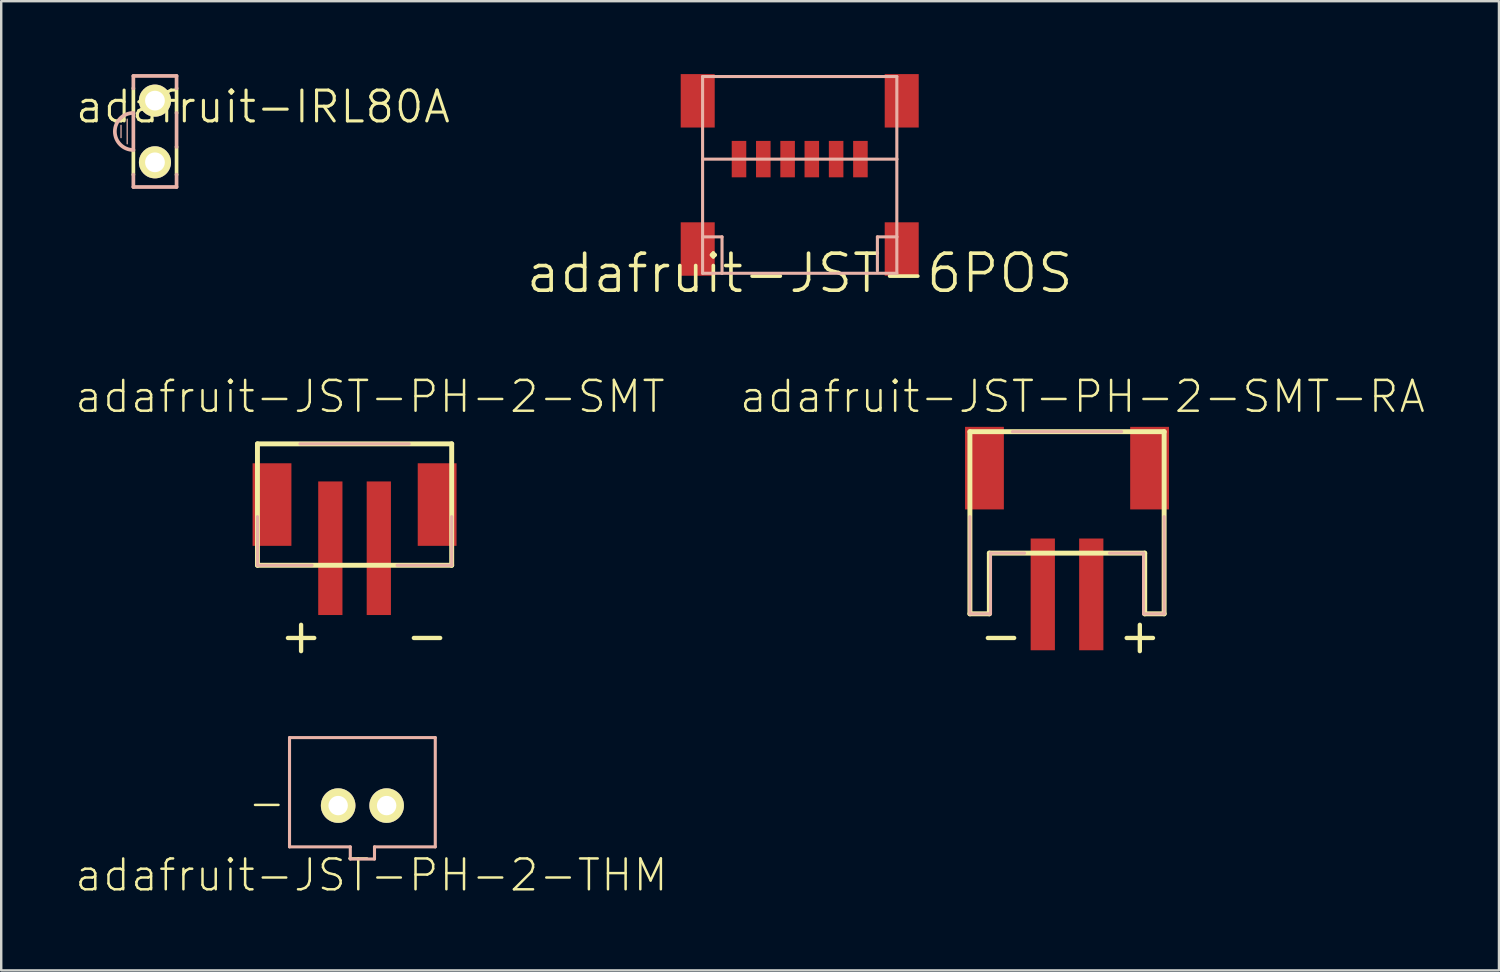
<source format=kicad_pcb>
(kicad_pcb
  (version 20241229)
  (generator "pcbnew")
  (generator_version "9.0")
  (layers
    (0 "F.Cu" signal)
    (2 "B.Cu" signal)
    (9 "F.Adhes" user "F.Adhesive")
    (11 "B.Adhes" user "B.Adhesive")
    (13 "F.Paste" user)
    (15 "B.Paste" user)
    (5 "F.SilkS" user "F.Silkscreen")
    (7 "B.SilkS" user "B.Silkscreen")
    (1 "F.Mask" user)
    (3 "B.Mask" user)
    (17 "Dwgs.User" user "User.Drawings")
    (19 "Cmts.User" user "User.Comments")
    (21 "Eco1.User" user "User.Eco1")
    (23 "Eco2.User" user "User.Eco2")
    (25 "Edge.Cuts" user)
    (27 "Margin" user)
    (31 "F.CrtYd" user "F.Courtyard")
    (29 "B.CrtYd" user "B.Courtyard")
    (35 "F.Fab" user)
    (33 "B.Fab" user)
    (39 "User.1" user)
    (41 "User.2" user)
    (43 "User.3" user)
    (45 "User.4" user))
  (footprint "adafruit-JST-PH-2-THM"
    (layer "F.Cu")
    (at 11.868 30.112)
    (property "Reference" "adafruit-JST-PH-2-THM" (at 0.373 2.863 0) (layer "F.SilkS") (effects (font (size 1.27 1.27) (thickness 0.102))))
    (attr exclude_from_pos_files exclude_from_bom)
    (fp_line (start -3 -2.799) (end 3 -2.799) (stroke (width 0.127) (type solid)) (layer "B.SilkS"))
    (fp_line (start -3 1.699) (end -3 -2.799) (stroke (width 0.127) (type solid)) (layer "B.SilkS"))
    (fp_line (start -0.498 1.699) (end -3 1.699) (stroke (width 0.127) (type solid)) (layer "B.SilkS"))
    (fp_line (start -0.498 2.2) (end -0.498 1.699) (stroke (width 0.127) (type solid)) (layer "B.SilkS"))
    (fp_line (start 0.498 1.699) (end 0.498 2.2) (stroke (width 0.127) (type solid)) (layer "B.SilkS"))
    (fp_line (start 0.498 2.2) (end -0.498 2.2) (stroke (width 0.127) (type solid)) (layer "B.SilkS"))
    (fp_line (start 3 -2.799) (end 3 1.699) (stroke (width 0.127) (type solid)) (layer "B.SilkS"))
    (fp_line (start 3 1.699) (end 0.498 1.699) (stroke (width 0.127) (type solid)) (layer "B.SilkS"))
    (fp_text user "-" (at -3.937 -0.127 180) (layer "F.SilkS") (effects (font (size 1.27 1.27) (thickness 0.102))))
    (pad "1" thru_hole circle (at 0.998 0) (size 1.422 1.422) (drill 0.798) (layers "*.Cu" "F.Mask" "F.SilkS" "F.Paste"))
    (pad "2" thru_hole circle (at -0.998 0) (size 1.422 1.422) (drill 0.798) (layers "*.Cu" "F.Mask" "F.SilkS" "F.Paste")))
  (footprint "adafruit-JST-PH-2-SMT-RA"
    (layer "F.Cu")
    (at 40.874 17.72)
    (property "Reference" "adafruit-JST-PH-2-SMT-RA" (at 0.635 -4.445 0) (layer "F.SilkS") (effects (font (size 1.27 1.27) (thickness 0.102))))
    (attr smd)
    (fp_line (start -3.998 -3) (end 3.998 -3) (stroke (width 0.203) (type solid)) (layer "F.SilkS"))
    (fp_line (start -3.998 4.498) (end -3.998 -3) (stroke (width 0.203) (type solid)) (layer "F.SilkS"))
    (fp_line (start -3.198 1.999) (end -3.198 4.498) (stroke (width 0.203) (type solid)) (layer "F.SilkS"))
    (fp_line (start -3.198 4.498) (end -3.998 4.498) (stroke (width 0.203) (type solid)) (layer "F.SilkS"))
    (fp_line (start 3.198 1.999) (end -3.198 1.999) (stroke (width 0.203) (type solid)) (layer "F.SilkS"))
    (fp_line (start 3.198 4.498) (end 3.198 1.999) (stroke (width 0.203) (type solid)) (layer "F.SilkS"))
    (fp_line (start 3.998 -3) (end 3.998 4.498) (stroke (width 0.203) (type solid)) (layer "F.SilkS"))
    (fp_line (start 3.998 4.498) (end 3.198 4.498) (stroke (width 0.203) (type solid)) (layer "F.SilkS"))
    (fp_line (start -3.998 4.498) (end -3.998 0.498) (stroke (width 0.127) (type solid)) (layer "B.SilkS"))
    (fp_line (start -3.15 1.999) (end -3.15 4.498) (stroke (width 0.127) (type solid)) (layer "B.SilkS"))
    (fp_line (start -3.15 4.498) (end -3.998 4.498) (stroke (width 0.127) (type solid)) (layer "B.SilkS"))
    (fp_line (start -2.248 -3) (end 2.248 -3) (stroke (width 0.127) (type solid)) (layer "B.SilkS"))
    (fp_line (start -1.748 1.999) (end -3.15 1.999) (stroke (width 0.127) (type solid)) (layer "B.SilkS"))
    (fp_line (start 3.15 1.999) (end 1.748 1.999) (stroke (width 0.127) (type solid)) (layer "B.SilkS"))
    (fp_line (start 3.15 4.498) (end 3.15 1.999) (stroke (width 0.127) (type solid)) (layer "B.SilkS"))
    (fp_line (start 3.998 0.498) (end 3.998 4.498) (stroke (width 0.127) (type solid)) (layer "B.SilkS"))
    (fp_line (start 3.998 4.498) (end 3.15 4.498) (stroke (width 0.127) (type solid)) (layer "B.SilkS"))
    (fp_text user "-" (at -2.718 5.385 0) (layer "F.SilkS") (effects (font (size 1.422 1.422) (thickness 0.178))))
    (fp_text user "+" (at 2.997 5.385 0) (layer "F.SilkS") (effects (font (size 1.422 1.422) (thickness 0.178))))
    (pad "1" smd rect (at 0.998 3.698) (size 0.998 4.6) (layers "F.Cu" "F.Mask" "F.Paste"))
    (pad "2" smd rect (at -0.998 3.698) (size 0.998 4.6) (layers "F.Cu" "F.Mask" "F.Paste"))
    (pad "NC1" smd rect (at -3.399 -1.499 90) (size 3.399 1.598) (layers "F.Cu" "F.Mask" "F.Paste"))
    (pad "NC2" smd rect (at 3.399 -1.499 90) (size 3.399 1.598) (layers "F.Cu" "F.Mask" "F.Paste")))
  (footprint "adafruit-JST-PH-2-SMT"
    (layer "F.Cu")
    (at 11.546 17.72)
    (property "Reference" "adafruit-JST-PH-2-SMT" (at 0.635 -4.445 0) (layer "F.SilkS") (effects (font (size 1.27 1.27) (thickness 0.102))))
    (attr smd)
    (fp_line (start -3.998 -2.499) (end 3.998 -2.499) (stroke (width 0.203) (type solid)) (layer "F.SilkS"))
    (fp_line (start -3.998 2.499) (end -3.998 -2.499) (stroke (width 0.203) (type solid)) (layer "F.SilkS"))
    (fp_line (start 3.998 -2.499) (end 3.998 2.499) (stroke (width 0.203) (type solid)) (layer "F.SilkS"))
    (fp_line (start 3.998 2.499) (end -3.998 2.499) (stroke (width 0.203) (type solid)) (layer "F.SilkS"))
    (fp_line (start -3.998 2.499) (end -3.998 0.498) (stroke (width 0.127) (type solid)) (layer "B.SilkS"))
    (fp_line (start -2.248 -2.499) (end 2.248 -2.499) (stroke (width 0.127) (type solid)) (layer "B.SilkS"))
    (fp_line (start -1.748 2.499) (end -3.998 2.499) (stroke (width 0.127) (type solid)) (layer "B.SilkS"))
    (fp_line (start 3.998 0.498) (end 3.998 2.499) (stroke (width 0.127) (type solid)) (layer "B.SilkS"))
    (fp_line (start 3.998 2.499) (end 1.748 2.499) (stroke (width 0.127) (type solid)) (layer "B.SilkS"))
    (fp_text user "+" (at -2.202 5.385 0) (layer "F.SilkS") (effects (font (size 1.422 1.422) (thickness 0.178))))
    (fp_text user "-" (at 2.982 5.385 0) (layer "F.SilkS") (effects (font (size 1.422 1.422) (thickness 0.178))))
    (pad "1" smd rect (at -0.998 1.798) (size 0.998 5.499) (layers "F.Cu" "F.Mask" "F.Paste"))
    (pad "2" smd rect (at 0.998 1.798) (size 0.998 5.499) (layers "F.Cu" "F.Mask" "F.Paste"))
    (pad "NC1" smd rect (at -3.399 0 90) (size 3.399 1.598) (layers "F.Cu" "F.Mask" "F.Paste"))
    (pad "NC2" smd rect (at 3.399 0 90) (size 3.399 1.598) (layers "F.Cu" "F.Mask" "F.Paste")))
  (footprint "adafruit-JST-6POS"
    (layer "F.Cu")
    (at 29.87 8.199)
    (property "Reference" "adafruit-JST-6POS" (at 0 0 0) (layer "F.SilkS") (effects (font (size 1.524 1.524) (thickness 0.15))))
    (attr smd)
    (fp_line (start -3.998 -8.098) (end 3.998 -8.098) (stroke (width 0.127) (type solid)) (layer "B.SilkS"))
    (fp_line (start -3.998 -4.699) (end -3.998 -8.098) (stroke (width 0.127) (type solid)) (layer "B.SilkS"))
    (fp_line (start -3.998 -4.699) (end 3.998 -4.699) (stroke (width 0.127) (type solid)) (layer "B.SilkS"))
    (fp_line (start -3.998 -1.499) (end -3.998 -4.699) (stroke (width 0.127) (type solid)) (layer "B.SilkS"))
    (fp_line (start -3.998 0) (end -3.998 -1.499) (stroke (width 0.127) (type solid)) (layer "B.SilkS"))
    (fp_line (start -3.198 -1.499) (end -3.998 -1.499) (stroke (width 0.127) (type solid)) (layer "B.SilkS"))
    (fp_line (start -3.198 0) (end -3.998 0) (stroke (width 0.127) (type solid)) (layer "B.SilkS"))
    (fp_line (start -3.198 0) (end -3.198 -1.499) (stroke (width 0.127) (type solid)) (layer "B.SilkS"))
    (fp_line (start 3.198 -1.499) (end 3.998 -1.499) (stroke (width 0.127) (type solid)) (layer "B.SilkS"))
    (fp_line (start 3.198 -0.099) (end 3.198 -1.499) (stroke (width 0.127) (type solid)) (layer "B.SilkS"))
    (fp_line (start 3.998 -8.098) (end 3.998 -4.699) (stroke (width 0.127) (type solid)) (layer "B.SilkS"))
    (fp_line (start 3.998 -4.699) (end 3.998 -1.499) (stroke (width 0.127) (type solid)) (layer "B.SilkS"))
    (fp_line (start 3.998 -1.499) (end 3.998 0) (stroke (width 0.127) (type solid)) (layer "B.SilkS"))
    (fp_line (start 3.998 0) (end -3.198 0) (stroke (width 0.127) (type solid)) (layer "B.SilkS"))
    (pad "1" smd rect (at -2.499 -4.699) (size 0.599 1.499) (layers "F.Cu" "F.Mask" "F.Paste"))
    (pad "2" smd rect (at -1.499 -4.699) (size 0.599 1.499) (layers "F.Cu" "F.Mask" "F.Paste"))
    (pad "3" smd rect (at -0.498 -4.699) (size 0.599 1.499) (layers "F.Cu" "F.Mask" "F.Paste"))
    (pad "4" smd rect (at 0.498 -4.699) (size 0.599 1.499) (layers "F.Cu" "F.Mask" "F.Paste"))
    (pad "5" smd rect (at 1.499 -4.699) (size 0.599 1.499) (layers "F.Cu" "F.Mask" "F.Paste"))
    (pad "6" smd rect (at 2.499 -4.699) (size 0.599 1.499) (layers "F.Cu" "F.Mask" "F.Paste"))
    (pad "MT1" smd rect (at -4.199 -0.998) (size 1.4 2.2) (layers "F.Cu" "F.Mask" "F.Paste"))
    (pad "MT2" smd rect (at 4.199 -0.998) (size 1.4 2.2) (layers "F.Cu" "F.Mask" "F.Paste"))
    (pad "MT3" smd rect (at -4.199 -7.099) (size 1.4 2.2) (layers "F.Cu" "F.Mask" "F.Paste"))
    (pad "MT4" smd rect (at 4.199 -7.099) (size 1.4 2.2) (layers "F.Cu" "F.Mask" "F.Paste")))
  (footprint "adafruit-IRL80A"
    (layer "F.Cu")
    (at 3.329 2.362)
    (property "Reference" "adafruit-IRL80A" (at 4.445 -1.016 0) (layer "F.SilkS") (effects (font (size 1.27 1.27) (thickness 0.127))))
    (attr exclude_from_pos_files exclude_from_bom)
    (fp_line (start -0.889 -1.778) (end -0.889 -0.762) (stroke (width 0.152) (type solid)) (layer "F.SilkS"))
    (fp_line (start -0.889 0.762) (end -0.889 1.778) (stroke (width 0.152) (type solid)) (layer "F.SilkS"))
    (fp_line (start 0.889 -1.778) (end 0.889 -0.762) (stroke (width 0.152) (type solid)) (layer "F.SilkS"))
    (fp_line (start 0.889 0.635) (end 0.889 1.778) (stroke (width 0.152) (type solid)) (layer "F.SilkS"))
    (fp_line (start -1.397 -0.254) (end -1.397 0.254) (stroke (width 0.051) (type solid)) (layer "B.SilkS"))
    (fp_line (start -1.143 -0.508) (end -1.143 0.508) (stroke (width 0.051) (type solid)) (layer "B.SilkS"))
    (fp_line (start -0.889 -2.286) (end -0.889 -1.778) (stroke (width 0.152) (type solid)) (layer "B.SilkS"))
    (fp_line (start -0.889 -2.286) (end 0.889 -2.286) (stroke (width 0.152) (type solid)) (layer "B.SilkS"))
    (fp_line (start -0.889 -0.762) (end -0.889 0.762) (stroke (width 0.152) (type solid)) (layer "B.SilkS"))
    (fp_line (start -0.889 1.778) (end -0.889 2.286) (stroke (width 0.152) (type solid)) (layer "B.SilkS"))
    (fp_line (start 0.889 -2.286) (end 0.889 -1.778) (stroke (width 0.152) (type solid)) (layer "B.SilkS"))
    (fp_line (start 0.889 -0.762) (end 0.889 0.635) (stroke (width 0.152) (type solid)) (layer "B.SilkS"))
    (fp_line (start 0.889 1.778) (end 0.889 2.286) (stroke (width 0.152) (type solid)) (layer "B.SilkS"))
    (fp_line (start 0.889 2.286) (end -0.889 2.286) (stroke (width 0.152) (type solid)) (layer "B.SilkS"))
    (fp_arc (start -0.889 0.762) (mid -1.651 0) (end -0.889 -0.762) (stroke (width 0.1524) (type solid)) (layer "B.SilkS"))
    (pad "A" thru_hole circle (at 0 1.27) (size 1.321 1.321) (drill 0.813) (layers "*.Cu" "F.Mask" "F.SilkS" "F.Paste"))
    (pad "K" thru_hole circle (at 0 -1.27) (size 1.321 1.321) (drill 0.813) (layers "*.Cu" "F.Mask" "F.SilkS" "F.Paste")))
  (gr_rect
    (start -3 -3)
    (end 58.655 36.896)
    (stroke (width 0.1) (type default))
    (fill no)
    (layer "Edge.Cuts")))
</source>
